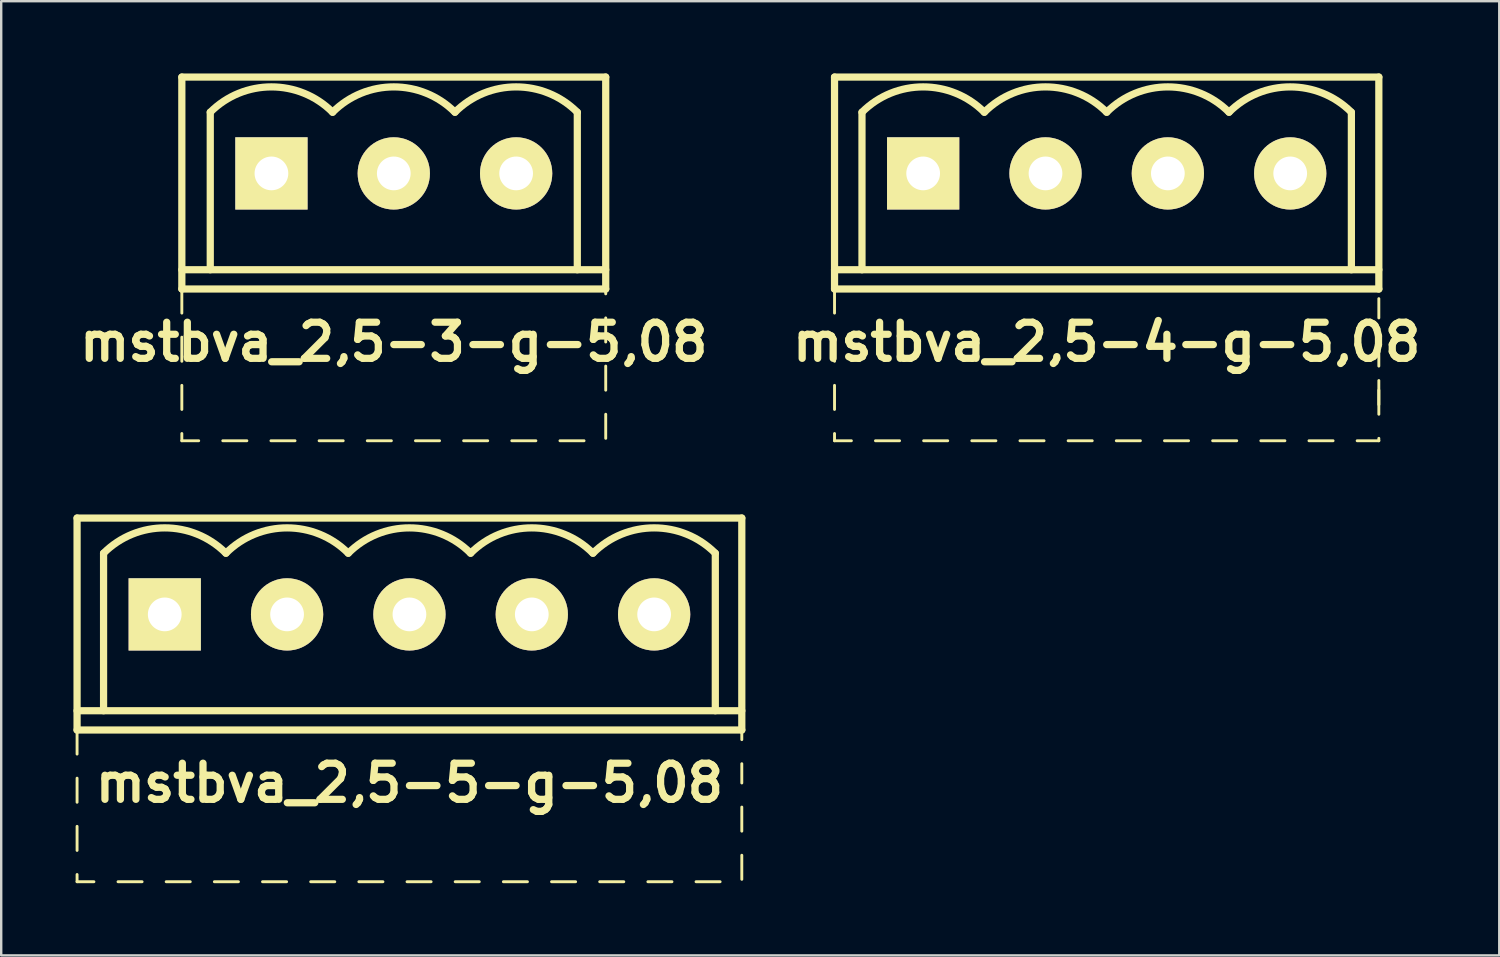
<source format=kicad_pcb>
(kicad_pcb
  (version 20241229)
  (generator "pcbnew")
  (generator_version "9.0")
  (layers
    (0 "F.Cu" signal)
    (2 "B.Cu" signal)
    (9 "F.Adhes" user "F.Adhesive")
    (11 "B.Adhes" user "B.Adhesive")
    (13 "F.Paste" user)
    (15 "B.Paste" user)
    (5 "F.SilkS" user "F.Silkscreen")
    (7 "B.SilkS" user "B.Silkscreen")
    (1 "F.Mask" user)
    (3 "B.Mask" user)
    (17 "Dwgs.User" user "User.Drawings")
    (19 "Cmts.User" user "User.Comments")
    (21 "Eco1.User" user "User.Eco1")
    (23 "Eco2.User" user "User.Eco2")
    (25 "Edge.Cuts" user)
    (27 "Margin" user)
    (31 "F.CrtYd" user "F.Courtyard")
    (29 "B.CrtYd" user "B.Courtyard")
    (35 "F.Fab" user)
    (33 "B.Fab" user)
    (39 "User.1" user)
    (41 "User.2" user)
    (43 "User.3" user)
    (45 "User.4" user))
  (footprint "mstbva_2,5-5-g-5,08"
    (layer "F.Cu")
    (at 13.95 22.46)
    (property "Reference" "mstbva_2,5-5-g-5,08" (at 0 7 0) (layer "F.SilkS") (effects (font (size 1.5 1.5) (thickness 0.3))))
    (attr through_hole)
    (fp_line (start -13.8 -4) (end -13.8 4.8) (stroke (width 0.3) (type solid)) (layer "F.SilkS"))
    (fp_line (start -13.8 4) (end 13.8 4) (stroke (width 0.3) (type solid)) (layer "F.SilkS"))
    (fp_line (start -13.8 4.8) (end -13.8 5.8) (stroke (width 0.12) (type solid)) (layer "F.SilkS"))
    (fp_line (start -13.8 6.8) (end -13.8 7.8) (stroke (width 0.12) (type solid)) (layer "F.SilkS"))
    (fp_line (start -13.8 8.8) (end -13.8 9.8) (stroke (width 0.12) (type solid)) (layer "F.SilkS"))
    (fp_line (start -13.8 10.8) (end -13.8 11.1) (stroke (width 0.12) (type solid)) (layer "F.SilkS"))
    (fp_line (start -13.8 11.1) (end -13.1 11.1) (stroke (width 0.12) (type solid)) (layer "F.SilkS"))
    (fp_line (start -12.7 -2.54) (end -12.7 4) (stroke (width 0.3) (type solid)) (layer "F.SilkS"))
    (fp_line (start -12.1 11.1) (end -11.1 11.1) (stroke (width 0.12) (type solid)) (layer "F.SilkS"))
    (fp_line (start -10.1 11.1) (end -9.1 11.1) (stroke (width 0.12) (type solid)) (layer "F.SilkS"))
    (fp_line (start -8.1 11.1) (end -7.1 11.1) (stroke (width 0.12) (type solid)) (layer "F.SilkS"))
    (fp_line (start -6.1 11.1) (end -5.1 11.1) (stroke (width 0.12) (type solid)) (layer "F.SilkS"))
    (fp_line (start -4.1 11.1) (end -3.1 11.1) (stroke (width 0.12) (type solid)) (layer "F.SilkS"))
    (fp_line (start -2.1 11.1) (end -1.1 11.1) (stroke (width 0.12) (type solid)) (layer "F.SilkS"))
    (fp_line (start -0.1 11.1) (end 0.9 11.1) (stroke (width 0.12) (type solid)) (layer "F.SilkS"))
    (fp_line (start 1.9 11.1) (end 2.9 11.1) (stroke (width 0.12) (type solid)) (layer "F.SilkS"))
    (fp_line (start 3.9 11.1) (end 4.9 11.1) (stroke (width 0.12) (type solid)) (layer "F.SilkS"))
    (fp_line (start 5.9 11.1) (end 6.9 11.1) (stroke (width 0.12) (type solid)) (layer "F.SilkS"))
    (fp_line (start 7.9 11.1) (end 8.9 11.1) (stroke (width 0.12) (type solid)) (layer "F.SilkS"))
    (fp_line (start 9.9 11.1) (end 10.9 11.1) (stroke (width 0.12) (type solid)) (layer "F.SilkS"))
    (fp_line (start 11.9 11.1) (end 12.9 11.1) (stroke (width 0.12) (type solid)) (layer "F.SilkS"))
    (fp_line (start 12.7 -2.54) (end 12.7 4) (stroke (width 0.3) (type solid)) (layer "F.SilkS"))
    (fp_line (start 13.8 -4) (end -13.8 -4) (stroke (width 0.3) (type solid)) (layer "F.SilkS"))
    (fp_line (start 13.8 4.8) (end -13.8 4.8) (stroke (width 0.3) (type solid)) (layer "F.SilkS"))
    (fp_line (start 13.8 4.8) (end 13.8 -4) (stroke (width 0.3) (type solid)) (layer "F.SilkS"))
    (fp_line (start 13.8 5.2) (end 13.8 4.8) (stroke (width 0.12) (type solid)) (layer "F.SilkS"))
    (fp_line (start 13.8 7) (end 13.8 6.2) (stroke (width 0.12) (type solid)) (layer "F.SilkS"))
    (fp_line (start 13.8 9) (end 13.8 8) (stroke (width 0.12) (type solid)) (layer "F.SilkS"))
    (fp_line (start 13.8 11) (end 13.8 10) (stroke (width 0.12) (type solid)) (layer "F.SilkS"))
    (fp_arc (start -12.7 -2.54) (mid -10.16 -3.592102) (end -7.62 -2.54) (stroke (width 0.3) (type solid)) (layer "F.SilkS"))
    (fp_arc (start -7.62 -2.54) (mid -5.08 -3.592102) (end -2.54 -2.54) (stroke (width 0.3) (type solid)) (layer "F.SilkS"))
    (fp_arc (start -2.54 -2.54) (mid 0 -3.592102) (end 2.54 -2.54) (stroke (width 0.3) (type solid)) (layer "F.SilkS"))
    (fp_arc (start 2.54 -2.54) (mid 5.08 -3.592102) (end 7.62 -2.54) (stroke (width 0.3) (type solid)) (layer "F.SilkS"))
    (fp_arc (start 7.62 -2.54) (mid 10.16 -3.592102) (end 12.7 -2.54) (stroke (width 0.3) (type solid)) (layer "F.SilkS"))
    (pad "1" thru_hole rect (at -10.16 0) (size 3 3) (drill 1.4) (layers "*.Cu" "*.Mask" "F.SilkS"))
    (pad "2" thru_hole circle (at -5.08 0) (size 3 3) (drill 1.4) (layers "*.Cu" "*.Mask" "F.SilkS"))
    (pad "3" thru_hole circle (at 0 0) (size 3 3) (drill 1.4) (layers "*.Cu" "*.Mask" "F.SilkS"))
    (pad "4" thru_hole circle (at 5.08 0) (size 3 3) (drill 1.4) (layers "*.Cu" "*.Mask" "F.SilkS"))
    (pad "5" thru_hole circle (at 10.16 0) (size 3 3) (drill 1.4) (layers "*.Cu" "*.Mask" "F.SilkS")))
  (footprint "mstbva_2,5-4-g-5,08"
    (layer "F.Cu")
    (at 42.9 4.15)
    (property "Reference" "mstbva_2,5-4-g-5,08" (at 0 7 0) (layer "F.SilkS") (effects (font (size 1.5 1.5) (thickness 0.3))))
    (attr through_hole)
    (fp_line (start -11.3 -4) (end -11.3 4.8) (stroke (width 0.3) (type solid)) (layer "F.SilkS"))
    (fp_line (start -11.3 4) (end 11.3 4) (stroke (width 0.3) (type solid)) (layer "F.SilkS"))
    (fp_line (start -11.3 4.8) (end -11.3 5.8) (stroke (width 0.12) (type solid)) (layer "F.SilkS"))
    (fp_line (start -11.3 6.8) (end -11.3 7.8) (stroke (width 0.12) (type solid)) (layer "F.SilkS"))
    (fp_line (start -11.3 8.8) (end -11.3 9.8) (stroke (width 0.12) (type solid)) (layer "F.SilkS"))
    (fp_line (start -11.3 10.8) (end -11.3 11.1) (stroke (width 0.12) (type solid)) (layer "F.SilkS"))
    (fp_line (start -11.3 11.1) (end -10.6 11.1) (stroke (width 0.12) (type solid)) (layer "F.SilkS"))
    (fp_line (start -10.16 -2.54) (end -10.16 4) (stroke (width 0.3) (type solid)) (layer "F.SilkS"))
    (fp_line (start -9.6 11.1) (end -8.6 11.1) (stroke (width 0.12) (type solid)) (layer "F.SilkS"))
    (fp_line (start -7.6 11.1) (end -6.6 11.1) (stroke (width 0.12) (type solid)) (layer "F.SilkS"))
    (fp_line (start -5.6 11.1) (end -4.6 11.1) (stroke (width 0.12) (type solid)) (layer "F.SilkS"))
    (fp_line (start -3.6 11.1) (end -2.6 11.1) (stroke (width 0.12) (type solid)) (layer "F.SilkS"))
    (fp_line (start -1.6 11.1) (end -0.6 11.1) (stroke (width 0.12) (type solid)) (layer "F.SilkS"))
    (fp_line (start 0.4 11.1) (end 1.4 11.1) (stroke (width 0.12) (type solid)) (layer "F.SilkS"))
    (fp_line (start 2.4 11.1) (end 3.4 11.1) (stroke (width 0.12) (type solid)) (layer "F.SilkS"))
    (fp_line (start 4.4 11.1) (end 5.4 11.1) (stroke (width 0.12) (type solid)) (layer "F.SilkS"))
    (fp_line (start 6.4 11.1) (end 7.4 11.1) (stroke (width 0.12) (type solid)) (layer "F.SilkS"))
    (fp_line (start 8.4 11.1) (end 9.4 11.1) (stroke (width 0.12) (type solid)) (layer "F.SilkS"))
    (fp_line (start 10.16 -2.54) (end 10.16 4) (stroke (width 0.3) (type solid)) (layer "F.SilkS"))
    (fp_line (start 10.4 11.1) (end 11.3 11.1) (stroke (width 0.12) (type solid)) (layer "F.SilkS"))
    (fp_line (start 11.3 -4) (end -11.3 -4) (stroke (width 0.3) (type solid)) (layer "F.SilkS"))
    (fp_line (start 11.3 4.8) (end -11.3 4.8) (stroke (width 0.3) (type solid)) (layer "F.SilkS"))
    (fp_line (start 11.3 4.8) (end 11.3 -4) (stroke (width 0.3) (type solid)) (layer "F.SilkS"))
    (fp_line (start 11.3 6) (end 11.3 5.2) (stroke (width 0.12) (type solid)) (layer "F.SilkS"))
    (fp_line (start 11.3 8) (end 11.3 7) (stroke (width 0.12) (type solid)) (layer "F.SilkS"))
    (fp_line (start 11.3 9.6) (end 11.3 8.6) (stroke (width 0.12) (type solid)) (layer "F.SilkS"))
    (fp_line (start 11.3 10) (end 11.3 9) (stroke (width 0.12) (type solid)) (layer "F.SilkS"))
    (fp_line (start 11.3 11.1) (end 11.3 11) (stroke (width 0.12) (type solid)) (layer "F.SilkS"))
    (fp_arc (start -10.16 -2.54) (mid -7.62 -3.592102) (end -5.08 -2.54) (stroke (width 0.3) (type solid)) (layer "F.SilkS"))
    (fp_arc (start -5.08 -2.54) (mid -2.54 -3.592102) (end 0 -2.54) (stroke (width 0.3) (type solid)) (layer "F.SilkS"))
    (fp_arc (start 0 -2.54) (mid 2.54 -3.592102) (end 5.08 -2.54) (stroke (width 0.3) (type solid)) (layer "F.SilkS"))
    (fp_arc (start 5.08 -2.54) (mid 7.62 -3.592102) (end 10.16 -2.54) (stroke (width 0.3) (type solid)) (layer "F.SilkS"))
    (pad "1" thru_hole rect (at -7.62 0) (size 3 3) (drill 1.4) (layers "*.Cu" "*.Mask" "F.SilkS"))
    (pad "2" thru_hole circle (at -2.54 0) (size 3 3) (drill 1.4) (layers "*.Cu" "*.Mask" "F.SilkS"))
    (pad "3" thru_hole circle (at 2.54 0) (size 3 3) (drill 1.4) (layers "*.Cu" "*.Mask" "F.SilkS"))
    (pad "4" thru_hole circle (at 7.62 0) (size 3 3) (drill 1.4) (layers "*.Cu" "*.Mask" "F.SilkS")))
  (footprint "mstbva_2,5-3-g-5,08"
    (layer "F.Cu")
    (at 13.3 4.15)
    (property "Reference" "mstbva_2,5-3-g-5,08" (at 0 7 0) (layer "F.SilkS") (effects (font (size 1.5 1.5) (thickness 0.3))))
    (attr through_hole)
    (fp_line (start -8.8 -4) (end -8.8 4.8) (stroke (width 0.3) (type solid)) (layer "F.SilkS"))
    (fp_line (start -8.8 4) (end 8.8 4) (stroke (width 0.3) (type solid)) (layer "F.SilkS"))
    (fp_line (start -8.8 4.8) (end -8.8 5.8) (stroke (width 0.12) (type solid)) (layer "F.SilkS"))
    (fp_line (start -8.8 6.8) (end -8.8 7.8) (stroke (width 0.12) (type solid)) (layer "F.SilkS"))
    (fp_line (start -8.8 8.8) (end -8.8 9.8) (stroke (width 0.12) (type solid)) (layer "F.SilkS"))
    (fp_line (start -8.8 10.8) (end -8.8 11.1) (stroke (width 0.12) (type solid)) (layer "F.SilkS"))
    (fp_line (start -8.8 11.1) (end -8.1 11.1) (stroke (width 0.12) (type solid)) (layer "F.SilkS"))
    (fp_line (start -7.62 -2.54) (end -7.62 4) (stroke (width 0.3) (type solid)) (layer "F.SilkS"))
    (fp_line (start -7.1 11.1) (end -6.1 11.1) (stroke (width 0.12) (type solid)) (layer "F.SilkS"))
    (fp_line (start -5.1 11.1) (end -4.1 11.1) (stroke (width 0.12) (type solid)) (layer "F.SilkS"))
    (fp_line (start -3.1 11.1) (end -2.1 11.1) (stroke (width 0.12) (type solid)) (layer "F.SilkS"))
    (fp_line (start -1.1 11.1) (end -0.1 11.1) (stroke (width 0.12) (type solid)) (layer "F.SilkS"))
    (fp_line (start 0.9 11.1) (end 1.9 11.1) (stroke (width 0.12) (type solid)) (layer "F.SilkS"))
    (fp_line (start 2.9 11.1) (end 3.9 11.1) (stroke (width 0.12) (type solid)) (layer "F.SilkS"))
    (fp_line (start 4.9 11.1) (end 5.9 11.1) (stroke (width 0.12) (type solid)) (layer "F.SilkS"))
    (fp_line (start 6.9 11.1) (end 7.9 11.1) (stroke (width 0.12) (type solid)) (layer "F.SilkS"))
    (fp_line (start 7.62 -2.54) (end 7.62 4) (stroke (width 0.3) (type solid)) (layer "F.SilkS"))
    (fp_line (start 8.8 -4) (end -8.8 -4) (stroke (width 0.3) (type solid)) (layer "F.SilkS"))
    (fp_line (start 8.8 4.8) (end -8.8 4.8) (stroke (width 0.3) (type solid)) (layer "F.SilkS"))
    (fp_line (start 8.8 4.8) (end 8.8 -4) (stroke (width 0.3) (type solid)) (layer "F.SilkS"))
    (fp_line (start 8.8 5) (end 8.8 4.8) (stroke (width 0.12) (type solid)) (layer "F.SilkS"))
    (fp_line (start 8.8 7) (end 8.8 6) (stroke (width 0.12) (type solid)) (layer "F.SilkS"))
    (fp_line (start 8.8 9) (end 8.8 8) (stroke (width 0.12) (type solid)) (layer "F.SilkS"))
    (fp_line (start 8.8 11) (end 8.8 10) (stroke (width 0.12) (type solid)) (layer "F.SilkS"))
    (fp_arc (start -7.62 -2.54) (mid -5.08 -3.592102) (end -2.54 -2.54) (stroke (width 0.3) (type solid)) (layer "F.SilkS"))
    (fp_arc (start -2.54 -2.54) (mid 0 -3.592102) (end 2.54 -2.54) (stroke (width 0.3) (type solid)) (layer "F.SilkS"))
    (fp_arc (start 2.54 -2.54) (mid 5.08 -3.592102) (end 7.62 -2.54) (stroke (width 0.3) (type solid)) (layer "F.SilkS"))
    (pad "1" thru_hole rect (at -5.08 0) (size 3 3) (drill 1.4) (layers "*.Cu" "*.Mask" "F.SilkS"))
    (pad "2" thru_hole circle (at 0 0) (size 3 3) (drill 1.4) (layers "*.Cu" "*.Mask" "F.SilkS"))
    (pad "3" thru_hole circle (at 5.08 0) (size 3 3) (drill 1.4) (layers "*.Cu" "*.Mask" "F.SilkS")))
  (gr_rect
    (start -3 -3)
    (end 59.2 36.62)
    (stroke (width 0.1) (type default))
    (fill no)
    (layer "Edge.Cuts")))
</source>
